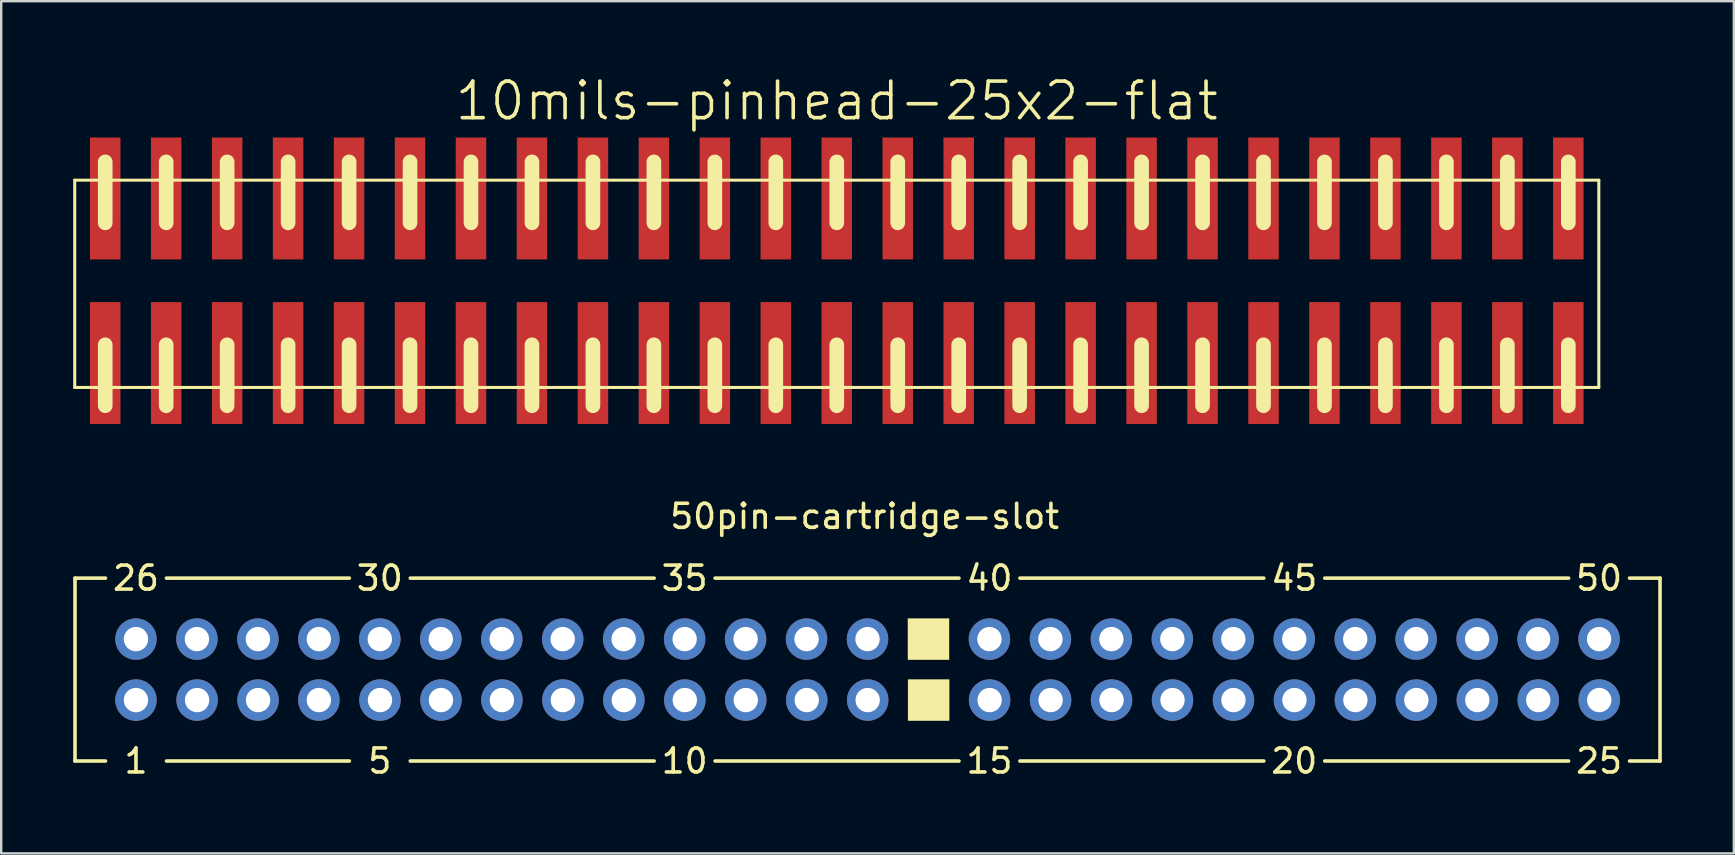
<source format=kicad_pcb>
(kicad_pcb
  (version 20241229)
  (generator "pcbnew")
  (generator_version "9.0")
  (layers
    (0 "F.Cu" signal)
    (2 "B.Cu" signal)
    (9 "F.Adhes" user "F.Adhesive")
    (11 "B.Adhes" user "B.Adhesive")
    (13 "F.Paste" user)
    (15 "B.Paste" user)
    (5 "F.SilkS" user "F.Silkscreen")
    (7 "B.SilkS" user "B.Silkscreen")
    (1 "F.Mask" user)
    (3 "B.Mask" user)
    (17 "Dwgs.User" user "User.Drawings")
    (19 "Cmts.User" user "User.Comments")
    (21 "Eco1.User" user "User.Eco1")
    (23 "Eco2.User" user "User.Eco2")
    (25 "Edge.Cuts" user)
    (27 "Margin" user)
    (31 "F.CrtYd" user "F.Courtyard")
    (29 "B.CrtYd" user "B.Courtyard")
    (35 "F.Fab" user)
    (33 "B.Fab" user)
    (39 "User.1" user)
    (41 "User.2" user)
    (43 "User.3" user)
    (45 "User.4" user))
  (footprint "50pin-cartridge-slot"
    (layer "F.Cu")
    (at 2.615 23.578)
    (property "Reference" "50pin-cartridge-slot" (at 30.36 -5.113 0) (layer "F.SilkS") (effects (font (size 1 1) (thickness 0.15))))
    (attr through_hole)
    (fp_line (start -2.54 -2.54) (end -2.54 5.08) (stroke (width 0.15) (type solid)) (layer "F.SilkS"))
    (fp_line (start -2.54 -2.54) (end -1.27 -2.54) (stroke (width 0.15) (type solid)) (layer "F.SilkS"))
    (fp_line (start -1.27 5.08) (end -2.54 5.08) (stroke (width 0.15) (type solid)) (layer "F.SilkS"))
    (fp_line (start 1.27 -2.54) (end 8.89 -2.54) (stroke (width 0.15) (type solid)) (layer "F.SilkS"))
    (fp_line (start 1.27 5.08) (end 8.89 5.08) (stroke (width 0.15) (type solid)) (layer "F.SilkS"))
    (fp_line (start 11.43 -2.54) (end 21.59 -2.54) (stroke (width 0.15) (type solid)) (layer "F.SilkS"))
    (fp_line (start 11.43 5.08) (end 21.59 5.08) (stroke (width 0.15) (type solid)) (layer "F.SilkS"))
    (fp_line (start 24.13 -2.54) (end 34.29 -2.54) (stroke (width 0.15) (type solid)) (layer "F.SilkS"))
    (fp_line (start 24.13 5.08) (end 34.29 5.08) (stroke (width 0.15) (type solid)) (layer "F.SilkS"))
    (fp_line (start 36.83 -2.54) (end 46.99 -2.54) (stroke (width 0.15) (type solid)) (layer "F.SilkS"))
    (fp_line (start 36.83 5.08) (end 46.99 5.08) (stroke (width 0.15) (type solid)) (layer "F.SilkS"))
    (fp_line (start 49.53 -2.54) (end 59.69 -2.54) (stroke (width 0.15) (type solid)) (layer "F.SilkS"))
    (fp_line (start 49.53 5.08) (end 59.69 5.08) (stroke (width 0.15) (type solid)) (layer "F.SilkS"))
    (fp_line (start 62.23 -2.54) (end 63.5 -2.54) (stroke (width 0.15) (type solid)) (layer "F.SilkS"))
    (fp_line (start 63.5 -2.54) (end 63.5 5.08) (stroke (width 0.15) (type solid)) (layer "F.SilkS"))
    (fp_line (start 63.5 5.08) (end 62.23 5.08) (stroke (width 0.15) (type solid)) (layer "F.SilkS"))
    (fp_text user "20" (at 48.26 5.08 0) (layer "F.SilkS") (effects (font (size 1 1) (thickness 0.15))))
    (fp_text user "45" (at 48.26 -2.54 0) (layer "F.SilkS") (effects (font (size 1 1) (thickness 0.15))))
    (fp_text user "1" (at 0 5.08 0) (layer "F.SilkS") (effects (font (size 1 1) (thickness 0.15))))
    (fp_text user "5" (at 10.16 5.08 0) (layer "F.SilkS") (effects (font (size 1 1) (thickness 0.15))))
    (fp_text user "30" (at 10.16 -2.54 0) (layer "F.SilkS") (effects (font (size 1 1) (thickness 0.15))))
    (fp_text user "35" (at 22.86 -2.54 0) (layer "F.SilkS") (effects (font (size 1 1) (thickness 0.15))))
    (fp_text user "26" (at 0 -2.54 0) (layer "F.SilkS") (effects (font (size 1 1) (thickness 0.15))))
    (fp_text user "15" (at 35.56 5.08 0) (layer "F.SilkS") (effects (font (size 1 1) (thickness 0.15))))
    (fp_text user "25" (at 60.96 5.08 0) (layer "F.SilkS") (effects (font (size 1 1) (thickness 0.15))))
    (fp_text user "50" (at 60.96 -2.54 0) (layer "F.SilkS") (effects (font (size 1 1) (thickness 0.15))))
    (fp_text user "10" (at 22.86 5.08 0) (layer "F.SilkS") (effects (font (size 1 1) (thickness 0.15))))
    (fp_text user "40" (at 35.56 -2.54 0) (layer "F.SilkS") (effects (font (size 1 1) (thickness 0.15))))
    (pad "" smd rect (at 33.02 0) (size 1.727 1.727) (layers "F.SilkS"))
    (pad "" smd rect (at 33.027 2.54) (size 1.727 1.727) (layers "F.SilkS"))
    (pad "1" thru_hole oval (at 0 2.54) (size 1.727 1.727) (drill 1.016) (layers "*.Cu" "*.Mask"))
    (pad "2" thru_hole oval (at 2.547 2.54) (size 1.727 1.727) (drill 1.016) (layers "*.Cu" "*.Mask"))
    (pad "3" thru_hole oval (at 5.087 2.54) (size 1.727 1.727) (drill 1.016) (layers "*.Cu" "*.Mask"))
    (pad "4" thru_hole oval (at 7.62 2.54) (size 1.727 1.727) (drill 1.016) (layers "*.Cu" "*.Mask"))
    (pad "5" thru_hole oval (at 10.167 2.54) (size 1.727 1.727) (drill 1.016) (layers "*.Cu" "*.Mask"))
    (pad "6" thru_hole oval (at 12.707 2.54) (size 1.727 1.727) (drill 1.016) (layers "*.Cu" "*.Mask"))
    (pad "7" thru_hole oval (at 15.247 2.54) (size 1.727 1.727) (drill 1.016) (layers "*.Cu" "*.Mask"))
    (pad "8" thru_hole oval (at 17.787 2.54) (size 1.727 1.727) (drill 1.016) (layers "*.Cu" "*.Mask"))
    (pad "9" thru_hole oval (at 20.327 2.54) (size 1.727 1.727) (drill 1.016) (layers "*.Cu" "*.Mask"))
    (pad "10" thru_hole oval (at 22.867 2.54) (size 1.727 1.727) (drill 1.016) (layers "*.Cu" "*.Mask"))
    (pad "11" thru_hole oval (at 25.407 2.54) (size 1.727 1.727) (drill 1.016) (layers "*.Cu" "*.Mask"))
    (pad "12" thru_hole oval (at 27.947 2.54) (size 1.727 1.727) (drill 1.016) (layers "*.Cu" "*.Mask"))
    (pad "13" thru_hole oval (at 30.487 2.54) (size 1.727 1.727) (drill 1.016) (layers "*.Cu" "*.Mask"))
    (pad "15" thru_hole oval (at 35.567 2.54) (size 1.727 1.727) (drill 1.016) (layers "*.Cu" "*.Mask"))
    (pad "16" thru_hole oval (at 38.107 2.54) (size 1.727 1.727) (drill 1.016) (layers "*.Cu" "*.Mask"))
    (pad "17" thru_hole oval (at 40.647 2.54) (size 1.727 1.727) (drill 1.016) (layers "*.Cu" "*.Mask"))
    (pad "18" thru_hole oval (at 43.187 2.54) (size 1.727 1.727) (drill 1.016) (layers "*.Cu" "*.Mask"))
    (pad "19" thru_hole oval (at 45.727 2.54) (size 1.727 1.727) (drill 1.016) (layers "*.Cu" "*.Mask"))
    (pad "20" thru_hole oval (at 48.267 2.54) (size 1.727 1.727) (drill 1.016) (layers "*.Cu" "*.Mask"))
    (pad "21" thru_hole oval (at 50.807 2.54) (size 1.727 1.727) (drill 1.016) (layers "*.Cu" "*.Mask"))
    (pad "22" thru_hole oval (at 53.347 2.54) (size 1.727 1.727) (drill 1.016) (layers "*.Cu" "*.Mask"))
    (pad "23" thru_hole oval (at 55.887 2.54) (size 1.727 1.727) (drill 1.016) (layers "*.Cu" "*.Mask"))
    (pad "24" thru_hole oval (at 58.427 2.54) (size 1.727 1.727) (drill 1.016) (layers "*.Cu" "*.Mask"))
    (pad "25" thru_hole oval (at 60.967 2.54) (size 1.727 1.727) (drill 1.016) (layers "*.Cu" "*.Mask"))
    (pad "26" thru_hole oval (at 0 0) (size 1.727 1.727) (drill 1.016) (layers "*.Cu" "*.Mask"))
    (pad "27" thru_hole oval (at 2.54 0) (size 1.727 1.727) (drill 1.016) (layers "*.Cu" "*.Mask"))
    (pad "28" thru_hole oval (at 5.08 0) (size 1.727 1.727) (drill 1.016) (layers "*.Cu" "*.Mask"))
    (pad "29" thru_hole oval (at 7.62 0) (size 1.727 1.727) (drill 1.016) (layers "*.Cu" "*.Mask"))
    (pad "30" thru_hole oval (at 10.16 0) (size 1.727 1.727) (drill 1.016) (layers "*.Cu" "*.Mask"))
    (pad "31" thru_hole oval (at 12.7 0) (size 1.727 1.727) (drill 1.016) (layers "*.Cu" "*.Mask"))
    (pad "32" thru_hole oval (at 15.24 0) (size 1.727 1.727) (drill 1.016) (layers "*.Cu" "*.Mask"))
    (pad "33" thru_hole oval (at 17.78 0) (size 1.727 1.727) (drill 1.016) (layers "*.Cu" "*.Mask"))
    (pad "34" thru_hole oval (at 20.32 0) (size 1.727 1.727) (drill 1.016) (layers "*.Cu" "*.Mask"))
    (pad "35" thru_hole oval (at 22.86 0) (size 1.727 1.727) (drill 1.016) (layers "*.Cu" "*.Mask"))
    (pad "36" thru_hole oval (at 25.4 0) (size 1.727 1.727) (drill 1.016) (layers "*.Cu" "*.Mask"))
    (pad "37" thru_hole oval (at 27.94 0) (size 1.727 1.727) (drill 1.016) (layers "*.Cu" "*.Mask"))
    (pad "38" thru_hole oval (at 30.48 0) (size 1.727 1.727) (drill 1.016) (layers "*.Cu" "*.Mask"))
    (pad "40" thru_hole oval (at 35.56 0) (size 1.727 1.727) (drill 1.016) (layers "*.Cu" "*.Mask"))
    (pad "41" thru_hole oval (at 38.1 0) (size 1.727 1.727) (drill 1.016) (layers "*.Cu" "*.Mask"))
    (pad "42" thru_hole oval (at 40.64 0) (size 1.727 1.727) (drill 1.016) (layers "*.Cu" "*.Mask"))
    (pad "43" thru_hole oval (at 43.18 0) (size 1.727 1.727) (drill 1.016) (layers "*.Cu" "*.Mask"))
    (pad "44" thru_hole oval (at 45.72 0) (size 1.727 1.727) (drill 1.016) (layers "*.Cu" "*.Mask"))
    (pad "45" thru_hole oval (at 48.26 0) (size 1.727 1.727) (drill 1.016) (layers "*.Cu" "*.Mask"))
    (pad "46" thru_hole oval (at 50.8 0) (size 1.727 1.727) (drill 1.016) (layers "*.Cu" "*.Mask"))
    (pad "47" thru_hole oval (at 53.34 0) (size 1.727 1.727) (drill 1.016) (layers "*.Cu" "*.Mask"))
    (pad "48" thru_hole oval (at 55.88 0) (size 1.727 1.727) (drill 1.016) (layers "*.Cu" "*.Mask"))
    (pad "49" thru_hole oval (at 58.42 0) (size 1.727 1.727) (drill 1.016) (layers "*.Cu" "*.Mask"))
    (pad "50" thru_hole oval (at 60.96 0) (size 1.727 1.727) (drill 1.016) (layers "*.Cu" "*.Mask")))
  (footprint "10mils-pinhead-25x2-flat"
    (layer "F.Cu")
    (at 31.814 8.775)
    (property "Reference" "10mils-pinhead-25x2-flat" (at 0 -7.62 0) (layer "F.SilkS") (effects (font (size 1.524 1.524) (thickness 0.15))))
    (attr through_hole)
    (fp_line (start -31.75 -4.318) (end 31.75 -4.318) (stroke (width 0.127) (type solid)) (layer "F.SilkS"))
    (fp_line (start -31.75 4.318) (end -31.75 -4.318) (stroke (width 0.127) (type solid)) (layer "F.SilkS"))
    (fp_line (start -30.48 -5.08) (end -30.48 -2.54) (stroke (width 0.61) (type solid)) (layer "F.SilkS"))
    (fp_line (start -30.48 5.08) (end -30.48 2.54) (stroke (width 0.61) (type solid)) (layer "F.SilkS"))
    (fp_line (start -27.94 -5.08) (end -27.94 -2.54) (stroke (width 0.61) (type solid)) (layer "F.SilkS"))
    (fp_line (start -27.94 2.54) (end -27.94 5.08) (stroke (width 0.61) (type solid)) (layer "F.SilkS"))
    (fp_line (start -25.4 -5.08) (end -25.4 -2.54) (stroke (width 0.61) (type solid)) (layer "F.SilkS"))
    (fp_line (start -25.4 2.54) (end -25.4 5.08) (stroke (width 0.61) (type solid)) (layer "F.SilkS"))
    (fp_line (start -22.86 -5.08) (end -22.86 -2.54) (stroke (width 0.61) (type solid)) (layer "F.SilkS"))
    (fp_line (start -22.86 2.54) (end -22.86 5.08) (stroke (width 0.61) (type solid)) (layer "F.SilkS"))
    (fp_line (start -20.32 -5.08) (end -20.32 -2.54) (stroke (width 0.61) (type solid)) (layer "F.SilkS"))
    (fp_line (start -20.32 2.54) (end -20.32 5.08) (stroke (width 0.61) (type solid)) (layer "F.SilkS"))
    (fp_line (start -17.78 -5.08) (end -17.78 -2.54) (stroke (width 0.61) (type solid)) (layer "F.SilkS"))
    (fp_line (start -17.78 2.54) (end -17.78 5.08) (stroke (width 0.61) (type solid)) (layer "F.SilkS"))
    (fp_line (start -15.24 -5.08) (end -15.24 -2.54) (stroke (width 0.61) (type solid)) (layer "F.SilkS"))
    (fp_line (start -15.24 2.54) (end -15.24 5.08) (stroke (width 0.61) (type solid)) (layer "F.SilkS"))
    (fp_line (start -12.7 -5.08) (end -12.7 -2.54) (stroke (width 0.61) (type solid)) (layer "F.SilkS"))
    (fp_line (start -12.7 2.54) (end -12.7 5.08) (stroke (width 0.61) (type solid)) (layer "F.SilkS"))
    (fp_line (start -10.16 -5.08) (end -10.16 -2.54) (stroke (width 0.61) (type solid)) (layer "F.SilkS"))
    (fp_line (start -10.16 2.54) (end -10.16 5.08) (stroke (width 0.61) (type solid)) (layer "F.SilkS"))
    (fp_line (start -7.62 -5.08) (end -7.62 -2.54) (stroke (width 0.61) (type solid)) (layer "F.SilkS"))
    (fp_line (start -7.62 2.54) (end -7.62 5.08) (stroke (width 0.61) (type solid)) (layer "F.SilkS"))
    (fp_line (start -5.08 -5.08) (end -5.08 -2.54) (stroke (width 0.61) (type solid)) (layer "F.SilkS"))
    (fp_line (start -5.08 2.54) (end -5.08 5.08) (stroke (width 0.61) (type solid)) (layer "F.SilkS"))
    (fp_line (start -2.54 -5.08) (end -2.54 -2.54) (stroke (width 0.61) (type solid)) (layer "F.SilkS"))
    (fp_line (start -2.54 2.54) (end -2.54 5.08) (stroke (width 0.61) (type solid)) (layer "F.SilkS"))
    (fp_line (start 0 -5.08) (end 0 -2.54) (stroke (width 0.61) (type solid)) (layer "F.SilkS"))
    (fp_line (start 0 2.54) (end 0 5.08) (stroke (width 0.61) (type solid)) (layer "F.SilkS"))
    (fp_line (start 2.54 -5.08) (end 2.54 -2.54) (stroke (width 0.61) (type solid)) (layer "F.SilkS"))
    (fp_line (start 2.54 2.54) (end 2.54 5.08) (stroke (width 0.61) (type solid)) (layer "F.SilkS"))
    (fp_line (start 5.08 -5.08) (end 5.08 -2.54) (stroke (width 0.61) (type solid)) (layer "F.SilkS"))
    (fp_line (start 5.08 2.54) (end 5.08 5.08) (stroke (width 0.61) (type solid)) (layer "F.SilkS"))
    (fp_line (start 7.62 -5.08) (end 7.62 -2.54) (stroke (width 0.61) (type solid)) (layer "F.SilkS"))
    (fp_line (start 7.62 2.54) (end 7.62 5.08) (stroke (width 0.61) (type solid)) (layer "F.SilkS"))
    (fp_line (start 10.16 -5.08) (end 10.16 -2.54) (stroke (width 0.61) (type solid)) (layer "F.SilkS"))
    (fp_line (start 10.16 2.54) (end 10.16 5.08) (stroke (width 0.61) (type solid)) (layer "F.SilkS"))
    (fp_line (start 12.7 -5.08) (end 12.7 -2.54) (stroke (width 0.61) (type solid)) (layer "F.SilkS"))
    (fp_line (start 12.7 2.54) (end 12.7 5.08) (stroke (width 0.61) (type solid)) (layer "F.SilkS"))
    (fp_line (start 15.24 -2.54) (end 15.24 -5.08) (stroke (width 0.61) (type solid)) (layer "F.SilkS"))
    (fp_line (start 15.24 2.54) (end 15.24 5.08) (stroke (width 0.61) (type solid)) (layer "F.SilkS"))
    (fp_line (start 17.78 -2.54) (end 17.78 -5.08) (stroke (width 0.61) (type solid)) (layer "F.SilkS"))
    (fp_line (start 17.78 2.54) (end 17.78 5.08) (stroke (width 0.61) (type solid)) (layer "F.SilkS"))
    (fp_line (start 20.32 -5.08) (end 20.32 -2.54) (stroke (width 0.61) (type solid)) (layer "F.SilkS"))
    (fp_line (start 20.32 2.54) (end 20.32 5.08) (stroke (width 0.61) (type solid)) (layer "F.SilkS"))
    (fp_line (start 22.86 -5.08) (end 22.86 -2.54) (stroke (width 0.61) (type solid)) (layer "F.SilkS"))
    (fp_line (start 22.86 2.54) (end 22.86 5.08) (stroke (width 0.61) (type solid)) (layer "F.SilkS"))
    (fp_line (start 25.4 -5.08) (end 25.4 -2.54) (stroke (width 0.61) (type solid)) (layer "F.SilkS"))
    (fp_line (start 25.4 2.54) (end 25.4 5.08) (stroke (width 0.61) (type solid)) (layer "F.SilkS"))
    (fp_line (start 27.94 -5.08) (end 27.94 -2.54) (stroke (width 0.61) (type solid)) (layer "F.SilkS"))
    (fp_line (start 27.94 2.54) (end 27.94 5.08) (stroke (width 0.61) (type solid)) (layer "F.SilkS"))
    (fp_line (start 30.48 -5.08) (end 30.48 -2.54) (stroke (width 0.61) (type solid)) (layer "F.SilkS"))
    (fp_line (start 30.48 2.54) (end 30.48 5.08) (stroke (width 0.61) (type solid)) (layer "F.SilkS"))
    (fp_line (start 31.75 -4.318) (end 31.75 4.318) (stroke (width 0.127) (type solid)) (layer "F.SilkS"))
    (fp_line (start 31.75 4.318) (end -31.75 4.318) (stroke (width 0.127) (type solid)) (layer "F.SilkS"))
    (pad "1" smd rect (at -30.48 3.302) (size 1.27 5.08) (layers "F.Cu" "F.Mask" "F.Paste"))
    (pad "2" smd rect (at -30.48 -3.556) (size 1.27 5.08) (layers "F.Cu" "F.Mask" "F.Paste"))
    (pad "3" smd rect (at -27.94 3.302) (size 1.27 5.08) (layers "F.Cu" "F.Mask" "F.Paste"))
    (pad "4" smd rect (at -27.94 -3.556) (size 1.27 5.08) (layers "F.Cu" "F.Mask" "F.Paste"))
    (pad "5" smd rect (at -25.4 3.302) (size 1.27 5.08) (layers "F.Cu" "F.Mask" "F.Paste"))
    (pad "6" smd rect (at -25.4 -3.556) (size 1.27 5.08) (layers "F.Cu" "F.Mask" "F.Paste"))
    (pad "7" smd rect (at -22.86 3.302) (size 1.27 5.08) (layers "F.Cu" "F.Mask" "F.Paste"))
    (pad "8" smd rect (at -22.86 -3.556) (size 1.27 5.08) (layers "F.Cu" "F.Mask" "F.Paste"))
    (pad "9" smd rect (at -20.32 3.302) (size 1.27 5.08) (layers "F.Cu" "F.Mask" "F.Paste"))
    (pad "10" smd rect (at -20.32 -3.556) (size 1.27 5.08) (layers "F.Cu" "F.Mask" "F.Paste"))
    (pad "11" smd rect (at -17.78 3.302) (size 1.27 5.08) (layers "F.Cu" "F.Mask" "F.Paste"))
    (pad "12" smd rect (at -17.78 -3.556) (size 1.27 5.08) (layers "F.Cu" "F.Mask" "F.Paste"))
    (pad "13" smd rect (at -15.24 3.302) (size 1.27 5.08) (layers "F.Cu" "F.Mask" "F.Paste"))
    (pad "14" smd rect (at -15.24 -3.556) (size 1.27 5.08) (layers "F.Cu" "F.Mask" "F.Paste"))
    (pad "15" smd rect (at -12.7 3.302) (size 1.27 5.08) (layers "F.Cu" "F.Mask" "F.Paste"))
    (pad "16" smd rect (at -12.7 -3.556) (size 1.27 5.08) (layers "F.Cu" "F.Mask" "F.Paste"))
    (pad "17" smd rect (at -10.16 3.302) (size 1.27 5.08) (layers "F.Cu" "F.Mask" "F.Paste"))
    (pad "18" smd rect (at -10.16 -3.556) (size 1.27 5.08) (layers "F.Cu" "F.Mask" "F.Paste"))
    (pad "19" smd rect (at -7.62 3.302) (size 1.27 5.08) (layers "F.Cu" "F.Mask" "F.Paste"))
    (pad "20" smd rect (at -7.62 -3.556) (size 1.27 5.08) (layers "F.Cu" "F.Mask" "F.Paste"))
    (pad "21" smd rect (at -5.08 3.302) (size 1.27 5.08) (layers "F.Cu" "F.Mask" "F.Paste"))
    (pad "22" smd rect (at -5.08 -3.556) (size 1.27 5.08) (layers "F.Cu" "F.Mask" "F.Paste"))
    (pad "23" smd rect (at -2.54 3.302) (size 1.27 5.08) (layers "F.Cu" "F.Mask" "F.Paste"))
    (pad "24" smd rect (at -2.54 -3.556) (size 1.27 5.08) (layers "F.Cu" "F.Mask" "F.Paste"))
    (pad "25" smd rect (at -0.000063 3.302) (size 1.27 5.08) (layers "F.Cu" "F.Mask" "F.Paste"))
    (pad "26" smd rect (at -0.000063 -3.556) (size 1.27 5.08) (layers "F.Cu" "F.Mask" "F.Paste"))
    (pad "27" smd rect (at 2.54 3.302) (size 1.27 5.08) (layers "F.Cu" "F.Mask" "F.Paste"))
    (pad "28" smd rect (at 2.54 -3.556) (size 1.27 5.08) (layers "F.Cu" "F.Mask" "F.Paste"))
    (pad "29" smd rect (at 5.08 3.302) (size 1.27 5.08) (layers "F.Cu" "F.Mask" "F.Paste"))
    (pad "30" smd rect (at 5.08 -3.556) (size 1.27 5.08) (layers "F.Cu" "F.Mask" "F.Paste"))
    (pad "31" smd rect (at 7.62 3.302) (size 1.27 5.08) (layers "F.Cu" "F.Mask" "F.Paste"))
    (pad "32" smd rect (at 7.62 -3.556) (size 1.27 5.08) (layers "F.Cu" "F.Mask" "F.Paste"))
    (pad "33" smd rect (at 10.16 3.302) (size 1.27 5.08) (layers "F.Cu" "F.Mask" "F.Paste"))
    (pad "34" smd rect (at 10.16 -3.556) (size 1.27 5.08) (layers "F.Cu" "F.Mask" "F.Paste"))
    (pad "35" smd rect (at 12.7 3.302) (size 1.27 5.08) (layers "F.Cu" "F.Mask" "F.Paste"))
    (pad "36" smd rect (at 12.7 -3.556) (size 1.27 5.08) (layers "F.Cu" "F.Mask" "F.Paste"))
    (pad "37" smd rect (at 15.24 3.302) (size 1.27 5.08) (layers "F.Cu" "F.Mask" "F.Paste"))
    (pad "38" smd rect (at 15.24 -3.556) (size 1.27 5.08) (layers "F.Cu" "F.Mask" "F.Paste"))
    (pad "39" smd rect (at 17.78 3.302) (size 1.27 5.08) (layers "F.Cu" "F.Mask" "F.Paste"))
    (pad "40" smd rect (at 17.78 -3.556) (size 1.27 5.08) (layers "F.Cu" "F.Mask" "F.Paste"))
    (pad "41" smd rect (at 20.32 3.302) (size 1.27 5.08) (layers "F.Cu" "F.Mask" "F.Paste"))
    (pad "42" smd rect (at 20.32 -3.556) (size 1.27 5.08) (layers "F.Cu" "F.Mask" "F.Paste"))
    (pad "43" smd rect (at 22.86 3.302) (size 1.27 5.08) (layers "F.Cu" "F.Mask" "F.Paste"))
    (pad "44" smd rect (at 22.86 -3.556) (size 1.27 5.08) (layers "F.Cu" "F.Mask" "F.Paste"))
    (pad "45" smd rect (at 25.4 3.302) (size 1.27 5.08) (layers "F.Cu" "F.Mask" "F.Paste"))
    (pad "46" smd rect (at 25.4 -3.556) (size 1.27 5.08) (layers "F.Cu" "F.Mask" "F.Paste"))
    (pad "47" smd rect (at 27.94 3.302) (size 1.27 5.08) (layers "F.Cu" "F.Mask" "F.Paste"))
    (pad "48" smd rect (at 27.94 -3.556) (size 1.27 5.08) (layers "F.Cu" "F.Mask" "F.Paste"))
    (pad "49" smd rect (at 30.48 3.302) (size 1.27 5.08) (layers "F.Cu" "F.Mask" "F.Paste"))
    (pad "50" smd rect (at 30.48 -3.556) (size 1.27 5.08) (layers "F.Cu" "F.Mask" "F.Paste")))
  (gr_rect
    (start -3 -3)
    (end 69.19 32.506)
    (stroke (width 0.1) (type default))
    (fill no)
    (layer "Edge.Cuts")))
</source>
